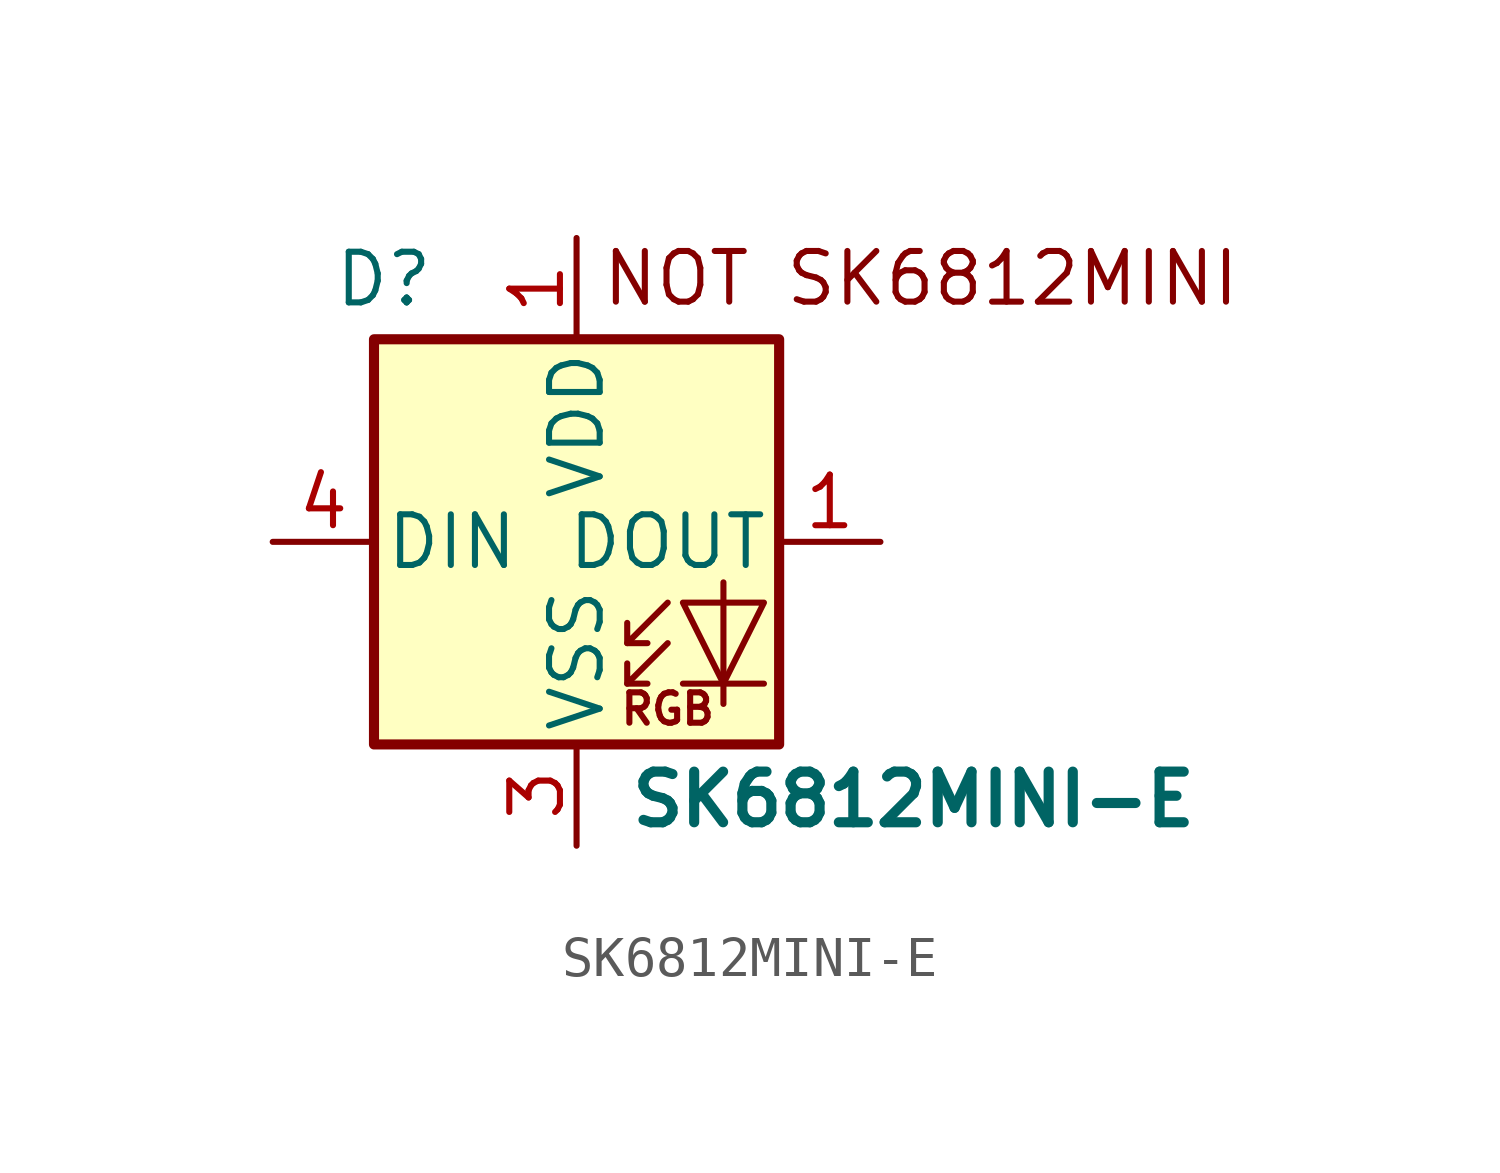
<source format=kicad_sym>
(kicad_symbol_lib
  (version 20241209)
  (generator "kicad_symbol_editor")
  (generator_version "8.99")
  (symbol "SK6812MINI-E"
    (pin_names
      (offset 0.254))
    (property "Reference" "D"
      (at -3.556 5.842 0)
      (effects (font (size 1.27 1.27)) (justify right bottom)))
    (property "Value" "SK6812MINI-E"
      (at 1.27 -5.715 0)
      (effects (font (size 1.27 1.27) (thickness 0.254) (bold yes)) (justify left top)))
    (symbol "SK6812MINI-E_0_0"
      (text "RGB" (at 2.286 -4.191 0) (effects (font (size 0.762 0.762)))))
    (symbol "SK6812MINI-E_0_1"
      (rectangle (start -5.08 5.08) (end 5.08 -5.08) (stroke (width 0.254) (type default)) (fill (type background)))
      (polyline (pts (xy 1.27 -2.54) (xy 1.778 -2.54)) (stroke (width 0) (type default)) (fill (type none)))
      (polyline (pts (xy 1.27 -3.556) (xy 1.778 -3.556)) (stroke (width 0) (type default)) (fill (type none)))
      (polyline (pts (xy 2.286 -1.524) (xy 1.27 -2.54) (xy 1.27 -2.032)) (stroke (width 0) (type default)) (fill (type none)))
      (polyline (pts (xy 2.286 -2.54) (xy 1.27 -3.556) (xy 1.27 -3.048)) (stroke (width 0) (type default)) (fill (type none)))
      (polyline (pts (xy 3.683 -1.016) (xy 3.683 -3.556) (xy 3.683 -4.064)) (stroke (width 0) (type default)) (fill (type none)))
      (polyline (pts (xy 4.699 -1.524) (xy 2.667 -1.524) (xy 3.683 -3.556) (xy 4.699 -1.524)) (stroke (width 0) (type default)) (fill (type none)))
      (polyline (pts (xy 4.699 -3.556) (xy 2.667 -3.556)) (stroke (width 0) (type default)) (fill (type none))))
    (symbol "SK6812MINI-E_1_1"
      (text "NOT SK6812MINI" (at 8.636 6.604 0) (effects (font (size 1.27 1.27))))
      (pin input line (at -7.62 0 0) (length 2.54) (name "DIN" (effects (font (size 1.27 1.27)))) (number "4" (effects (font (size 1.27 1.27)))))
      (pin power_in line (at 0 7.62 270) (length 2.54) (name "VDD" (effects (font (size 1.27 1.27)))) (number "1" (effects (font (size 1.27 1.27)))))
      (pin power_in line (at 0 -7.62 90) (length 2.54) (name "VSS" (effects (font (size 1.27 1.27)))) (number "3" (effects (font (size 1.27 1.27)))))
      (pin output line (at 7.62 0 180) (length 2.54) (name "DOUT" (effects (font (size 1.27 1.27)))) (number "1" (effects (font (size 1.27 1.27))))))))
</source>
